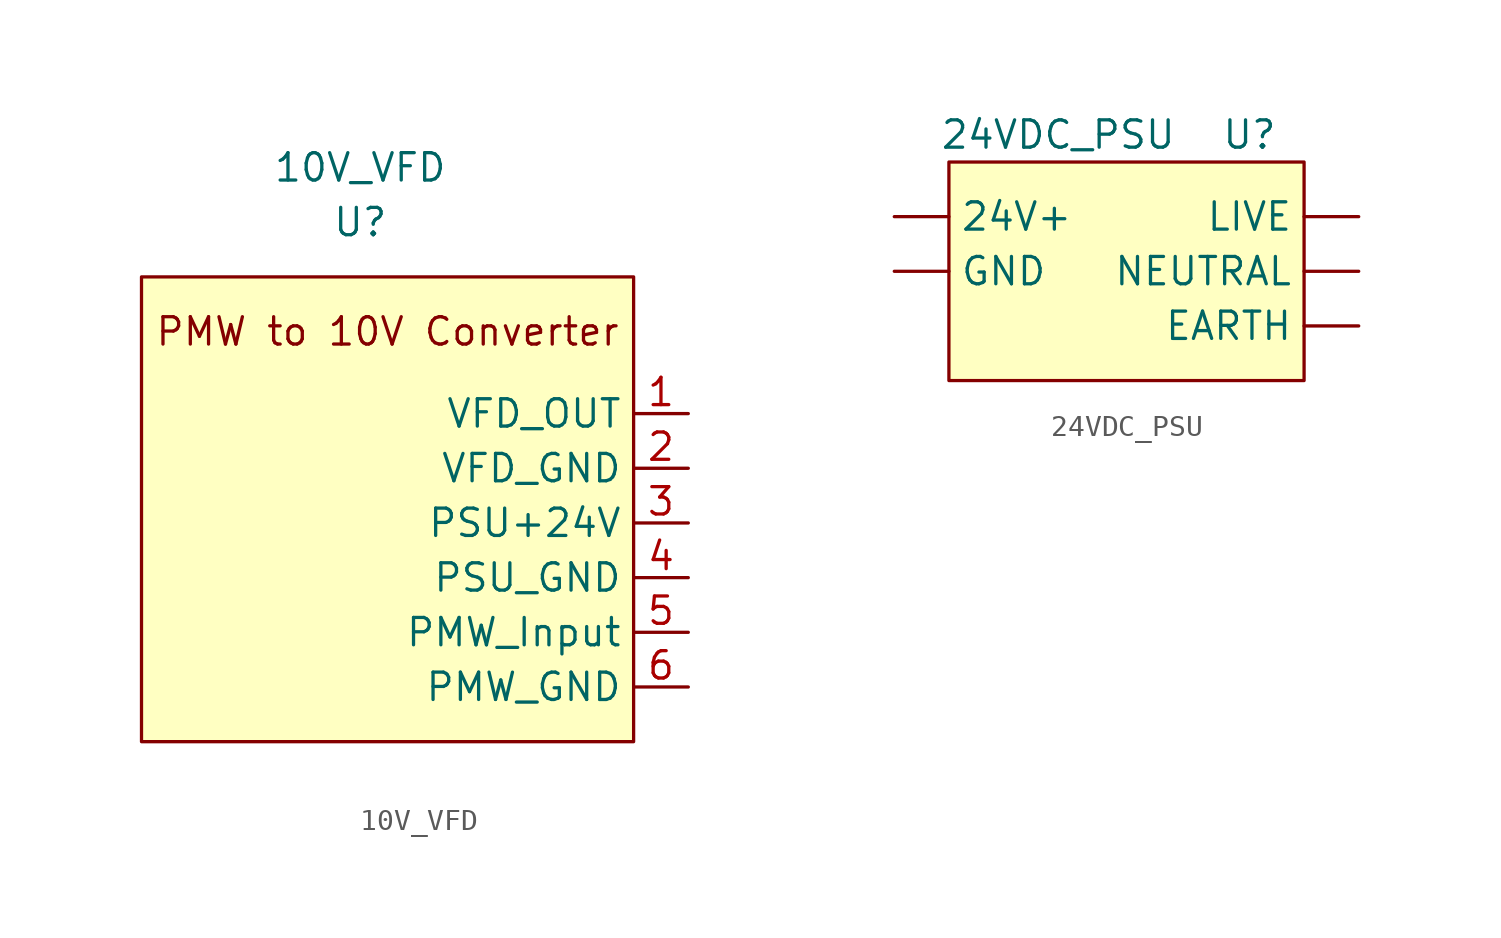
<source format=kicad_sym>
(kicad_symbol_lib
  (version 20211014)
  (generator kicad_symbol_editor)
  (symbol "10V_VFD"
    (property "Reference" "U"
      (at 0 0 0)
      (effects (font (size 1.27 1.27))))
    (property "Value" "10V_VFD"
      (at 0 2.54 0)
      (effects (font (size 1.27 1.27))))
    (symbol "10V_VFD_0_0"
      (text "PMW to 10V Converter" (at 1.27 -5.08 0) (effects (font (size 1.27 1.27)))))
    (symbol "10V_VFD_0_1"
      (rectangle (start -10.16 -2.54) (end 12.7 -24.13) (stroke (width 0) (type default) (color 0 0 0 0)) (fill (type background))))
    (symbol "10V_VFD_1_1"
      (pin output line (at 15.24 -8.89 180) (length 2.54) (name "VFD_OUT" (effects (font (size 1.27 1.27)))) (number "1" (effects (font (size 1.27 1.27)))))
      (pin output line (at 15.24 -11.43 180) (length 2.54) (name "VFD_GND" (effects (font (size 1.27 1.27)))) (number "2" (effects (font (size 1.27 1.27)))))
      (pin power_in line (at 15.24 -13.97 180) (length 2.54) (name "PSU+24V" (effects (font (size 1.27 1.27)))) (number "3" (effects (font (size 1.27 1.27)))))
      (pin power_in line (at 15.24 -16.51 180) (length 2.54) (name "PSU_GND" (effects (font (size 1.27 1.27)))) (number "4" (effects (font (size 1.27 1.27)))))
      (pin input line (at 15.24 -19.05 180) (length 2.54) (name "PMW_Input" (effects (font (size 1.27 1.27)))) (number "5" (effects (font (size 1.27 1.27)))))
      (pin power_in line (at 15.24 -21.59 180) (length 2.54) (name "PMW_GND" (effects (font (size 1.27 1.27)))) (number "6" (effects (font (size 1.27 1.27)))))))
  (symbol "24VDC_PSU"
    (property "Reference" "U"
      (at 5.08 8.89 0)
      (effects (font (size 1.27 1.27))))
    (property "Value" "24VDC_PSU"
      (at -3.81 8.89 0)
      (effects (font (size 1.27 1.27))))
    (symbol "24VDC_PSU_0_1"
      (rectangle (start -8.89 7.62) (end 7.62 -2.54) (stroke (width 0) (type default) (color 0 0 0 0)) (fill (type background))))
    (symbol "24VDC_PSU_1_1"
      (pin power_out line (at -11.43 5.08 0) (length 2.54) (name "24V+" (effects (font (size 1.27 1.27)))) (number "" (effects (font (size 1.27 1.27)))))
      (pin power_in line (at 10.16 0 180) (length 2.54) (name "EARTH" (effects (font (size 1.27 1.27)))) (number "" (effects (font (size 1.27 1.27)))))
      (pin power_out line (at -11.43 2.54 0) (length 2.54) (name "GND" (effects (font (size 1.27 1.27)))) (number "" (effects (font (size 1.27 1.27)))))
      (pin power_in line (at 10.16 5.08 180) (length 2.54) (name "LIVE" (effects (font (size 1.27 1.27)))) (number "" (effects (font (size 1.27 1.27)))))
      (pin power_in line (at 10.16 2.54 180) (length 2.54) (name "NEUTRAL" (effects (font (size 1.27 1.27)))) (number "" (effects (font (size 1.27 1.27))))))))
</source>
